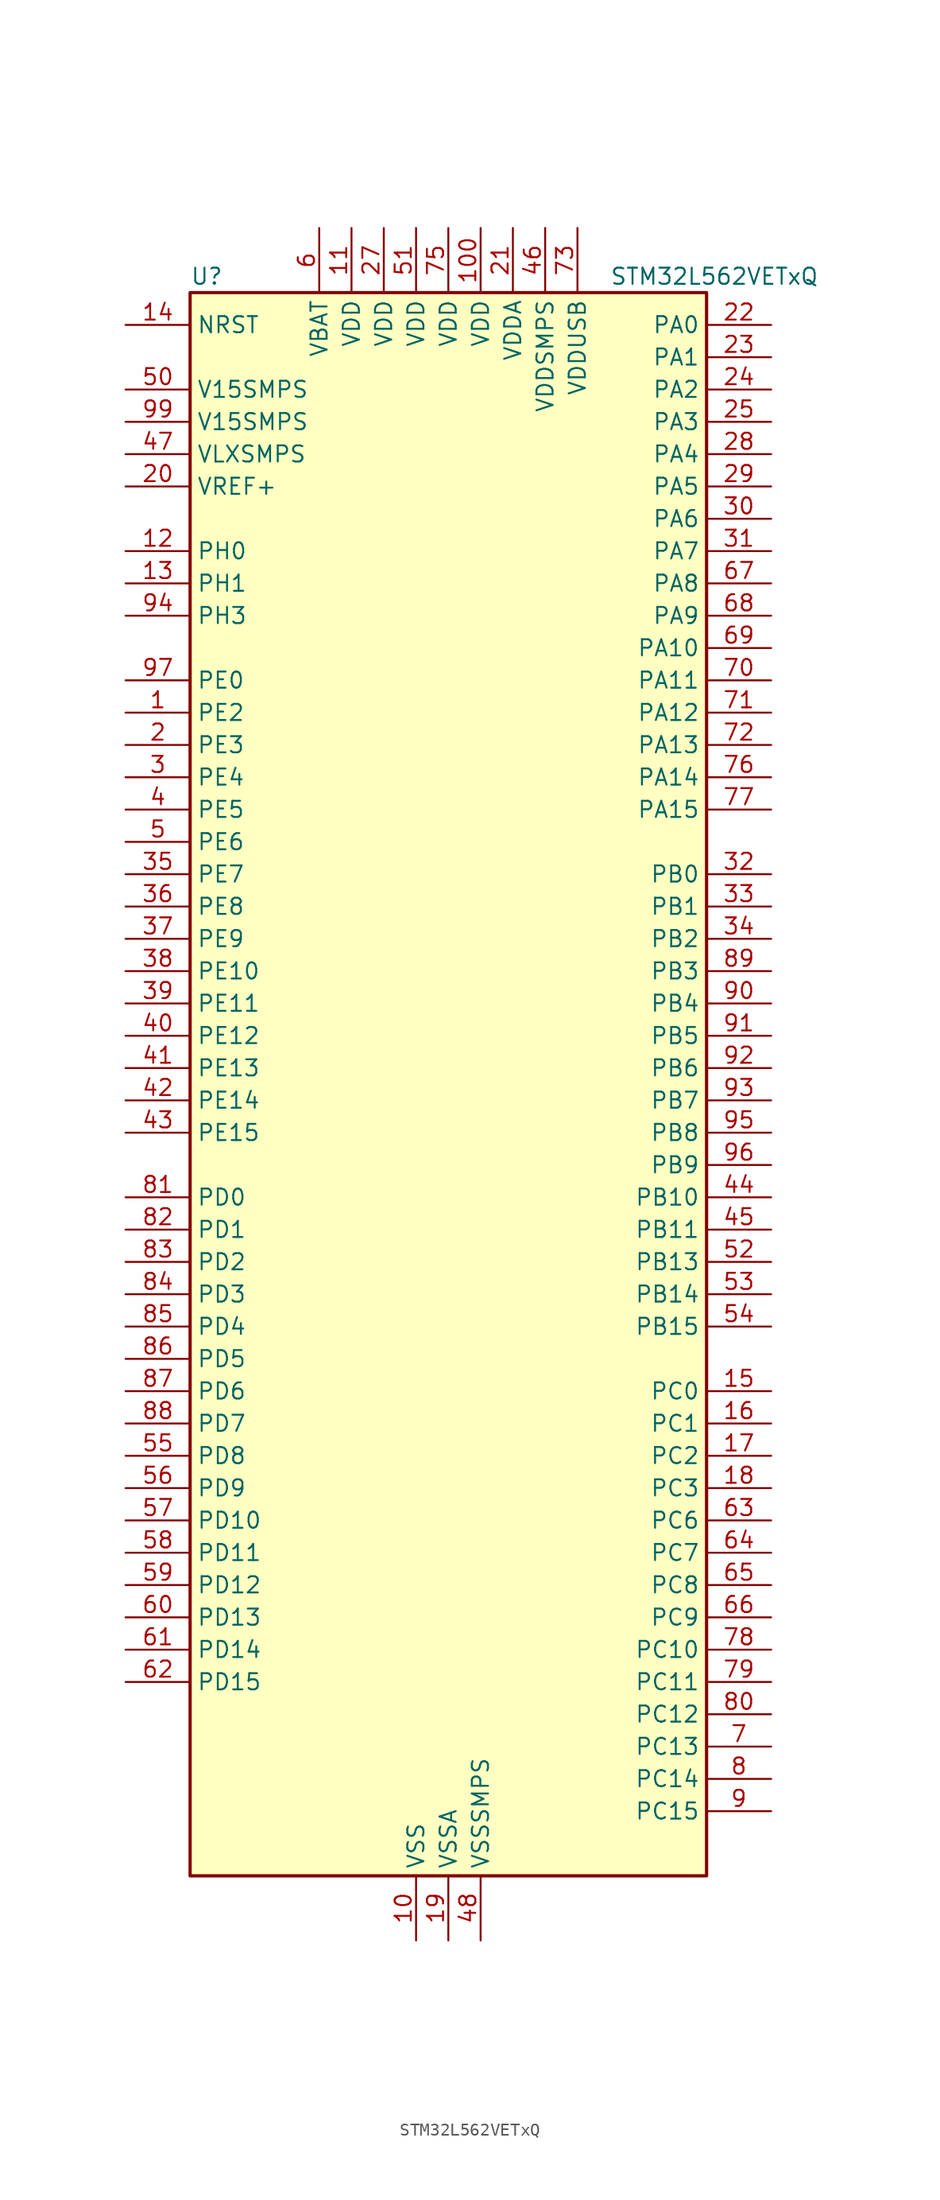
<source format=kicad_sym>
(kicad_symbol_lib
  (version 20220914)
  (generator kicad_symbol_editor)
  (symbol "STM32L562VETxQ"
    (property "Reference" "U"
      (at -20.32 64.77 0)
      (effects (font (size 1.27 1.27)) (justify left)))
    (property "Value" "STM32L562VETxQ"
      (at 12.7 64.77 0)
      (effects (font (size 1.27 1.27)) (justify left)))
    (property "ki_locked" ""
      (at 0 0 0)
      (effects (font (size 1.27 1.27))))
    (symbol "STM32L562VETxQ_0_1"
      (rectangle (start -20.32 -60.96) (end 20.32 63.5) (stroke (width 0.254) (type default)) (fill (type background))))
    (symbol "STM32L562VETxQ_1_1"
      (pin bidirectional line (at -25.4 30.48 0) (length 5.08) (name "PE2" (effects (font (size 1.27 1.27)))) (number "1" (effects (font (size 1.27 1.27)))) (alternate "DEBUG_TRACECLK" bidirectional line) (alternate "FMC_A23" bidirectional line) (alternate "SAI1_CK1" bidirectional line) (alternate "SAI1_MCLK_A" bidirectional line) (alternate "TIM3_ETR" bidirectional line) (alternate "TSC_G7_IO1" bidirectional line))
      (pin power_in line (at -2.54 -66.04 90) (length 5.08) (name "VSS" (effects (font (size 1.27 1.27)))) (number "10" (effects (font (size 1.27 1.27)))))
      (pin power_in line (at 2.54 68.58 270) (length 5.08) (name "VDD" (effects (font (size 1.27 1.27)))) (number "100" (effects (font (size 1.27 1.27)))))
      (pin power_in line (at -7.62 68.58 270) (length 5.08) (name "VDD" (effects (font (size 1.27 1.27)))) (number "11" (effects (font (size 1.27 1.27)))))
      (pin bidirectional line (at -25.4 43.18 0) (length 5.08) (name "PH0" (effects (font (size 1.27 1.27)))) (number "12" (effects (font (size 1.27 1.27)))) (alternate "RCC_OSC_IN" bidirectional line))
      (pin bidirectional line (at -25.4 40.64 0) (length 5.08) (name "PH1" (effects (font (size 1.27 1.27)))) (number "13" (effects (font (size 1.27 1.27)))) (alternate "RCC_OSC_OUT" bidirectional line))
      (pin input line (at -25.4 60.96 0) (length 5.08) (name "NRST" (effects (font (size 1.27 1.27)))) (number "14" (effects (font (size 1.27 1.27)))))
      (pin bidirectional line (at 25.4 -22.86 180) (length 5.08) (name "PC0" (effects (font (size 1.27 1.27)))) (number "15" (effects (font (size 1.27 1.27)))) (alternate "ADC1_IN1" bidirectional line) (alternate "ADC2_IN1" bidirectional line) (alternate "I2C3_SCL" bidirectional line) (alternate "LPTIM1_IN1" bidirectional line) (alternate "LPTIM2_IN1" bidirectional line) (alternate "LPUART1_RX" bidirectional line) (alternate "OCTOSPI1_IO7" bidirectional line) (alternate "SAI2_FS_A" bidirectional line) (alternate "SDMMC1_D5" bidirectional line))
      (pin bidirectional line (at 25.4 -25.4 180) (length 5.08) (name "PC1" (effects (font (size 1.27 1.27)))) (number "16" (effects (font (size 1.27 1.27)))) (alternate "ADC1_IN2" bidirectional line) (alternate "ADC2_IN2" bidirectional line) (alternate "DEBUG_TRACED0" bidirectional line) (alternate "I2C3_SDA" bidirectional line) (alternate "LPTIM1_OUT" bidirectional line) (alternate "LPUART1_TX" bidirectional line) (alternate "OCTOSPI1_IO4" bidirectional line) (alternate "SAI1_SD_A" bidirectional line) (alternate "SPI2_MOSI" bidirectional line))
      (pin bidirectional line (at 25.4 -27.94 180) (length 5.08) (name "PC2" (effects (font (size 1.27 1.27)))) (number "17" (effects (font (size 1.27 1.27)))) (alternate "ADC1_IN3" bidirectional line) (alternate "ADC2_IN3" bidirectional line) (alternate "DFSDM1_CKOUT" bidirectional line) (alternate "LPTIM1_IN2" bidirectional line) (alternate "OCTOSPI1_IO5" bidirectional line) (alternate "SPI2_MISO" bidirectional line))
      (pin bidirectional line (at 25.4 -30.48 180) (length 5.08) (name "PC3" (effects (font (size 1.27 1.27)))) (number "18" (effects (font (size 1.27 1.27)))) (alternate "ADC1_IN4" bidirectional line) (alternate "ADC2_IN4" bidirectional line) (alternate "LPTIM1_ETR" bidirectional line) (alternate "LPTIM2_ETR" bidirectional line) (alternate "LPTIM3_OUT" bidirectional line) (alternate "OCTOSPI1_IO6" bidirectional line) (alternate "SAI1_D1" bidirectional line) (alternate "SAI1_SD_A" bidirectional line) (alternate "SPI2_MOSI" bidirectional line))
      (pin power_in line (at 0 -66.04 90) (length 5.08) (name "VSSA" (effects (font (size 1.27 1.27)))) (number "19" (effects (font (size 1.27 1.27)))))
      (pin bidirectional line (at -25.4 27.94 0) (length 5.08) (name "PE3" (effects (font (size 1.27 1.27)))) (number "2" (effects (font (size 1.27 1.27)))) (alternate "DEBUG_TRACED0" bidirectional line) (alternate "FMC_A19" bidirectional line) (alternate "OCTOSPI1_DQS" bidirectional line) (alternate "SAI1_SD_B" bidirectional line) (alternate "TIM3_CH1" bidirectional line) (alternate "TSC_G7_IO2" bidirectional line))
      (pin input line (at -25.4 48.26 0) (length 5.08) (name "VREF+" (effects (font (size 1.27 1.27)))) (number "20" (effects (font (size 1.27 1.27)))))
      (pin power_in line (at 5.08 68.58 270) (length 5.08) (name "VDDA" (effects (font (size 1.27 1.27)))) (number "21" (effects (font (size 1.27 1.27)))))
      (pin bidirectional line (at 25.4 60.96 180) (length 5.08) (name "PA0" (effects (font (size 1.27 1.27)))) (number "22" (effects (font (size 1.27 1.27)))) (alternate "ADC1_IN5" bidirectional line) (alternate "ADC2_IN5" bidirectional line) (alternate "OPAMP1_VINP" bidirectional line) (alternate "PWR_WKUP1" bidirectional line) (alternate "SAI1_EXTCLK" bidirectional line) (alternate "TAMP_IN2" bidirectional line) (alternate "TAMP_OUT1" bidirectional line) (alternate "TIM2_CH1" bidirectional line) (alternate "TIM2_ETR" bidirectional line) (alternate "TIM5_CH1" bidirectional line) (alternate "TIM8_ETR" bidirectional line) (alternate "UART4_TX" bidirectional line) (alternate "USART2_CTS" bidirectional line) (alternate "USART2_NSS" bidirectional line))
      (pin bidirectional line (at 25.4 58.42 180) (length 5.08) (name "PA1" (effects (font (size 1.27 1.27)))) (number "23" (effects (font (size 1.27 1.27)))) (alternate "ADC1_IN6" bidirectional line) (alternate "ADC2_IN6" bidirectional line) (alternate "I2C1_SMBA" bidirectional line) (alternate "OCTOSPI1_DQS" bidirectional line) (alternate "OPAMP1_VINM" bidirectional line) (alternate "SPI1_SCK" bidirectional line) (alternate "TAMP_IN5" bidirectional line) (alternate "TAMP_OUT4" bidirectional line) (alternate "TIM15_CH1N" bidirectional line) (alternate "TIM2_CH2" bidirectional line) (alternate "TIM5_CH2" bidirectional line) (alternate "UART4_RX" bidirectional line) (alternate "USART2_DE" bidirectional line) (alternate "USART2_RTS" bidirectional line))
      (pin bidirectional line (at 25.4 55.88 180) (length 5.08) (name "PA2" (effects (font (size 1.27 1.27)))) (number "24" (effects (font (size 1.27 1.27)))) (alternate "ADC1_IN7" bidirectional line) (alternate "ADC2_IN7" bidirectional line) (alternate "COMP1_INP" bidirectional line) (alternate "LPUART1_TX" bidirectional line) (alternate "OCTOSPI1_NCS" bidirectional line) (alternate "PWR_WKUP4" bidirectional line) (alternate "RCC_LSCO" bidirectional line) (alternate "SAI2_EXTCLK" bidirectional line) (alternate "TIM15_CH1" bidirectional line) (alternate "TIM2_CH3" bidirectional line) (alternate "TIM5_CH3" bidirectional line) (alternate "UCPD1_FRSTX1" bidirectional line) (alternate "USART2_TX" bidirectional line))
      (pin bidirectional line (at 25.4 53.34 180) (length 5.08) (name "PA3" (effects (font (size 1.27 1.27)))) (number "25" (effects (font (size 1.27 1.27)))) (alternate "ADC1_IN8" bidirectional line) (alternate "ADC2_IN8" bidirectional line) (alternate "LPUART1_RX" bidirectional line) (alternate "OCTOSPI1_CLK" bidirectional line) (alternate "OPAMP1_VOUT" bidirectional line) (alternate "SAI1_CK1" bidirectional line) (alternate "SAI1_MCLK_A" bidirectional line) (alternate "TIM15_CH2" bidirectional line) (alternate "TIM2_CH4" bidirectional line) (alternate "TIM5_CH4" bidirectional line) (alternate "USART2_RX" bidirectional line))
      (pin passive line (at -2.54 -66.04 90) (length 5.08) hide (name "VSS" (effects (font (size 1.27 1.27)))) (number "26" (effects (font (size 1.27 1.27)))))
      (pin power_in line (at -5.08 68.58 270) (length 5.08) (name "VDD" (effects (font (size 1.27 1.27)))) (number "27" (effects (font (size 1.27 1.27)))))
      (pin bidirectional line (at 25.4 50.8 180) (length 5.08) (name "PA4" (effects (font (size 1.27 1.27)))) (number "28" (effects (font (size 1.27 1.27)))) (alternate "ADC1_IN9" bidirectional line) (alternate "ADC2_IN9" bidirectional line) (alternate "DAC1_OUT1" bidirectional line) (alternate "LPTIM2_OUT" bidirectional line) (alternate "OCTOSPI1_NCS" bidirectional line) (alternate "SAI1_FS_B" bidirectional line) (alternate "SPI1_NSS" bidirectional line) (alternate "SPI3_NSS" bidirectional line) (alternate "USART2_CK" bidirectional line))
      (pin bidirectional line (at 25.4 48.26 180) (length 5.08) (name "PA5" (effects (font (size 1.27 1.27)))) (number "29" (effects (font (size 1.27 1.27)))) (alternate "ADC1_IN10" bidirectional line) (alternate "ADC2_IN10" bidirectional line) (alternate "DAC1_OUT2" bidirectional line) (alternate "LPTIM2_ETR" bidirectional line) (alternate "SPI1_SCK" bidirectional line) (alternate "TIM2_CH1" bidirectional line) (alternate "TIM2_ETR" bidirectional line) (alternate "TIM8_CH1N" bidirectional line))
      (pin bidirectional line (at -25.4 25.4 0) (length 5.08) (name "PE4" (effects (font (size 1.27 1.27)))) (number "3" (effects (font (size 1.27 1.27)))) (alternate "DEBUG_TRACED1" bidirectional line) (alternate "DFSDM1_DATIN3" bidirectional line) (alternate "FMC_A20" bidirectional line) (alternate "SAI1_D2" bidirectional line) (alternate "SAI1_FS_A" bidirectional line) (alternate "TIM3_CH2" bidirectional line) (alternate "TSC_G7_IO3" bidirectional line))
      (pin bidirectional line (at 25.4 45.72 180) (length 5.08) (name "PA6" (effects (font (size 1.27 1.27)))) (number "30" (effects (font (size 1.27 1.27)))) (alternate "ADC1_IN11" bidirectional line) (alternate "ADC2_IN11" bidirectional line) (alternate "LPUART1_CTS" bidirectional line) (alternate "OCTOSPI1_IO3" bidirectional line) (alternate "OPAMP2_VINP" bidirectional line) (alternate "SPI1_MISO" bidirectional line) (alternate "TIM16_CH1" bidirectional line) (alternate "TIM1_BKIN" bidirectional line) (alternate "TIM3_CH1" bidirectional line) (alternate "TIM8_BKIN" bidirectional line) (alternate "USART3_CTS" bidirectional line) (alternate "USART3_NSS" bidirectional line))
      (pin bidirectional line (at 25.4 43.18 180) (length 5.08) (name "PA7" (effects (font (size 1.27 1.27)))) (number "31" (effects (font (size 1.27 1.27)))) (alternate "ADC1_IN12" bidirectional line) (alternate "ADC2_IN12" bidirectional line) (alternate "I2C3_SCL" bidirectional line) (alternate "OCTOSPI1_IO2" bidirectional line) (alternate "OPAMP2_VINM" bidirectional line) (alternate "SPI1_MOSI" bidirectional line) (alternate "TIM17_CH1" bidirectional line) (alternate "TIM1_CH1N" bidirectional line) (alternate "TIM3_CH2" bidirectional line) (alternate "TIM8_CH1N" bidirectional line))
      (pin bidirectional line (at 25.4 17.78 180) (length 5.08) (name "PB0" (effects (font (size 1.27 1.27)))) (number "32" (effects (font (size 1.27 1.27)))) (alternate "ADC1_IN15" bidirectional line) (alternate "ADC2_IN15" bidirectional line) (alternate "COMP1_OUT" bidirectional line) (alternate "OCTOSPI1_IO1" bidirectional line) (alternate "OPAMP2_VOUT" bidirectional line) (alternate "SAI1_EXTCLK" bidirectional line) (alternate "SPI1_NSS" bidirectional line) (alternate "TIM1_CH2N" bidirectional line) (alternate "TIM3_CH3" bidirectional line) (alternate "TIM8_CH2N" bidirectional line) (alternate "USART3_CK" bidirectional line))
      (pin bidirectional line (at 25.4 15.24 180) (length 5.08) (name "PB1" (effects (font (size 1.27 1.27)))) (number "33" (effects (font (size 1.27 1.27)))) (alternate "ADC1_IN16" bidirectional line) (alternate "ADC2_IN16" bidirectional line) (alternate "COMP1_INM" bidirectional line) (alternate "DFSDM1_DATIN0" bidirectional line) (alternate "LPTIM2_IN1" bidirectional line) (alternate "LPUART1_DE" bidirectional line) (alternate "LPUART1_RTS" bidirectional line) (alternate "OCTOSPI1_IO0" bidirectional line) (alternate "TIM1_CH3N" bidirectional line) (alternate "TIM3_CH4" bidirectional line) (alternate "TIM8_CH3N" bidirectional line) (alternate "USART3_DE" bidirectional line) (alternate "USART3_RTS" bidirectional line))
      (pin bidirectional line (at 25.4 12.7 180) (length 5.08) (name "PB2" (effects (font (size 1.27 1.27)))) (number "34" (effects (font (size 1.27 1.27)))) (alternate "COMP1_INP" bidirectional line) (alternate "DFSDM1_CKIN0" bidirectional line) (alternate "I2C3_SMBA" bidirectional line) (alternate "LPTIM1_OUT" bidirectional line) (alternate "OCTOSPI1_DQS" bidirectional line) (alternate "RTC_OUT2" bidirectional line) (alternate "UCPD1_FRSTX1" bidirectional line))
      (pin bidirectional line (at -25.4 17.78 0) (length 5.08) (name "PE7" (effects (font (size 1.27 1.27)))) (number "35" (effects (font (size 1.27 1.27)))) (alternate "DFSDM1_DATIN2" bidirectional line) (alternate "FMC_D4" bidirectional line) (alternate "FMC_DA4" bidirectional line) (alternate "SAI1_SD_B" bidirectional line) (alternate "TIM1_ETR" bidirectional line))
      (pin bidirectional line (at -25.4 15.24 0) (length 5.08) (name "PE8" (effects (font (size 1.27 1.27)))) (number "36" (effects (font (size 1.27 1.27)))) (alternate "DFSDM1_CKIN2" bidirectional line) (alternate "FMC_D5" bidirectional line) (alternate "FMC_DA5" bidirectional line) (alternate "SAI1_SCK_B" bidirectional line) (alternate "TIM1_CH1N" bidirectional line))
      (pin bidirectional line (at -25.4 12.7 0) (length 5.08) (name "PE9" (effects (font (size 1.27 1.27)))) (number "37" (effects (font (size 1.27 1.27)))) (alternate "DAC1_EXTI9" bidirectional line) (alternate "DFSDM1_CKOUT" bidirectional line) (alternate "FMC_D6" bidirectional line) (alternate "FMC_DA6" bidirectional line) (alternate "OCTOSPI1_NCLK" bidirectional line) (alternate "SAI1_FS_B" bidirectional line) (alternate "TIM1_CH1" bidirectional line))
      (pin bidirectional line (at -25.4 10.16 0) (length 5.08) (name "PE10" (effects (font (size 1.27 1.27)))) (number "38" (effects (font (size 1.27 1.27)))) (alternate "FMC_D7" bidirectional line) (alternate "FMC_DA7" bidirectional line) (alternate "OCTOSPI1_CLK" bidirectional line) (alternate "SAI1_MCLK_B" bidirectional line) (alternate "TIM1_CH2N" bidirectional line) (alternate "TSC_G5_IO1" bidirectional line))
      (pin bidirectional line (at -25.4 7.62 0) (length 5.08) (name "PE11" (effects (font (size 1.27 1.27)))) (number "39" (effects (font (size 1.27 1.27)))) (alternate "ADC1_EXTI11" bidirectional line) (alternate "ADC2_EXTI11" bidirectional line) (alternate "FMC_D8" bidirectional line) (alternate "FMC_DA8" bidirectional line) (alternate "OCTOSPI1_NCS" bidirectional line) (alternate "TIM1_CH2" bidirectional line) (alternate "TSC_G5_IO2" bidirectional line))
      (pin bidirectional line (at -25.4 22.86 0) (length 5.08) (name "PE5" (effects (font (size 1.27 1.27)))) (number "4" (effects (font (size 1.27 1.27)))) (alternate "DEBUG_TRACED2" bidirectional line) (alternate "DFSDM1_CKIN3" bidirectional line) (alternate "FMC_A21" bidirectional line) (alternate "SAI1_CK2" bidirectional line) (alternate "SAI1_SCK_A" bidirectional line) (alternate "TIM3_CH3" bidirectional line) (alternate "TSC_G7_IO4" bidirectional line))
      (pin bidirectional line (at -25.4 5.08 0) (length 5.08) (name "PE12" (effects (font (size 1.27 1.27)))) (number "40" (effects (font (size 1.27 1.27)))) (alternate "FMC_D9" bidirectional line) (alternate "FMC_DA9" bidirectional line) (alternate "OCTOSPI1_IO0" bidirectional line) (alternate "SPI1_NSS" bidirectional line) (alternate "TIM1_CH3N" bidirectional line) (alternate "TSC_G5_IO3" bidirectional line))
      (pin bidirectional line (at -25.4 2.54 0) (length 5.08) (name "PE13" (effects (font (size 1.27 1.27)))) (number "41" (effects (font (size 1.27 1.27)))) (alternate "FMC_D10" bidirectional line) (alternate "FMC_DA10" bidirectional line) (alternate "OCTOSPI1_IO1" bidirectional line) (alternate "SPI1_SCK" bidirectional line) (alternate "TIM1_CH3" bidirectional line) (alternate "TSC_G5_IO4" bidirectional line))
      (pin bidirectional line (at -25.4 0 0) (length 5.08) (name "PE14" (effects (font (size 1.27 1.27)))) (number "42" (effects (font (size 1.27 1.27)))) (alternate "FMC_D11" bidirectional line) (alternate "FMC_DA11" bidirectional line) (alternate "OCTOSPI1_IO2" bidirectional line) (alternate "SPI1_MISO" bidirectional line) (alternate "TIM1_BKIN2" bidirectional line) (alternate "TIM1_CH4" bidirectional line))
      (pin bidirectional line (at -25.4 -2.54 0) (length 5.08) (name "PE15" (effects (font (size 1.27 1.27)))) (number "43" (effects (font (size 1.27 1.27)))) (alternate "ADC1_EXTI15" bidirectional line) (alternate "ADC2_EXTI15" bidirectional line) (alternate "FMC_D12" bidirectional line) (alternate "FMC_DA12" bidirectional line) (alternate "OCTOSPI1_IO3" bidirectional line) (alternate "SPI1_MOSI" bidirectional line) (alternate "TIM1_BKIN" bidirectional line))
      (pin bidirectional line (at 25.4 -7.62 180) (length 5.08) (name "PB10" (effects (font (size 1.27 1.27)))) (number "44" (effects (font (size 1.27 1.27)))) (alternate "COMP1_OUT" bidirectional line) (alternate "I2C2_SCL" bidirectional line) (alternate "I2C4_SCL" bidirectional line) (alternate "LPTIM3_OUT" bidirectional line) (alternate "LPUART1_RX" bidirectional line) (alternate "OCTOSPI1_CLK" bidirectional line) (alternate "SAI1_SCK_A" bidirectional line) (alternate "SPI2_SCK" bidirectional line) (alternate "TIM2_CH3" bidirectional line) (alternate "TSC_SYNC" bidirectional line) (alternate "USART3_TX" bidirectional line))
      (pin bidirectional line (at 25.4 -10.16 180) (length 5.08) (name "PB11" (effects (font (size 1.27 1.27)))) (number "45" (effects (font (size 1.27 1.27)))) (alternate "ADC1_EXTI11" bidirectional line) (alternate "ADC2_EXTI11" bidirectional line) (alternate "COMP2_OUT" bidirectional line) (alternate "I2C2_SDA" bidirectional line) (alternate "I2C4_SDA" bidirectional line) (alternate "LPUART1_TX" bidirectional line) (alternate "OCTOSPI1_NCS" bidirectional line) (alternate "TIM2_CH4" bidirectional line) (alternate "USART3_RX" bidirectional line))
      (pin power_in line (at 7.62 68.58 270) (length 5.08) (name "VDDSMPS" (effects (font (size 1.27 1.27)))) (number "46" (effects (font (size 1.27 1.27)))))
      (pin power_in line (at -25.4 50.8 0) (length 5.08) (name "VLXSMPS" (effects (font (size 1.27 1.27)))) (number "47" (effects (font (size 1.27 1.27)))))
      (pin power_in line (at 2.54 -66.04 90) (length 5.08) (name "VSSSMPS" (effects (font (size 1.27 1.27)))) (number "48" (effects (font (size 1.27 1.27)))))
      (pin passive line (at -2.54 -66.04 90) (length 5.08) hide (name "VSS" (effects (font (size 1.27 1.27)))) (number "49" (effects (font (size 1.27 1.27)))))
      (pin bidirectional line (at -25.4 20.32 0) (length 5.08) (name "PE6" (effects (font (size 1.27 1.27)))) (number "5" (effects (font (size 1.27 1.27)))) (alternate "DEBUG_TRACED3" bidirectional line) (alternate "FMC_A22" bidirectional line) (alternate "PWR_WKUP3" bidirectional line) (alternate "SAI1_D1" bidirectional line) (alternate "SAI1_SD_A" bidirectional line) (alternate "TAMP_IN3" bidirectional line) (alternate "TAMP_OUT6" bidirectional line) (alternate "TIM3_CH4" bidirectional line))
      (pin power_in line (at -25.4 55.88 0) (length 5.08) (name "V15SMPS" (effects (font (size 1.27 1.27)))) (number "50" (effects (font (size 1.27 1.27)))))
      (pin power_in line (at -2.54 68.58 270) (length 5.08) (name "VDD" (effects (font (size 1.27 1.27)))) (number "51" (effects (font (size 1.27 1.27)))))
      (pin bidirectional line (at 25.4 -12.7 180) (length 5.08) (name "PB13" (effects (font (size 1.27 1.27)))) (number "52" (effects (font (size 1.27 1.27)))) (alternate "DFSDM1_CKIN1" bidirectional line) (alternate "I2C2_SCL" bidirectional line) (alternate "LPTIM3_IN1" bidirectional line) (alternate "LPUART1_CTS" bidirectional line) (alternate "SAI2_SCK_A" bidirectional line) (alternate "SPI2_SCK" bidirectional line) (alternate "TIM15_CH1N" bidirectional line) (alternate "TIM1_CH1N" bidirectional line) (alternate "TSC_G1_IO2" bidirectional line) (alternate "UCPD1_FRSTX2" bidirectional line) (alternate "USART3_CTS" bidirectional line) (alternate "USART3_NSS" bidirectional line))
      (pin bidirectional line (at 25.4 -15.24 180) (length 5.08) (name "PB14" (effects (font (size 1.27 1.27)))) (number "53" (effects (font (size 1.27 1.27)))) (alternate "DFSDM1_DATIN2" bidirectional line) (alternate "I2C2_SDA" bidirectional line) (alternate "LPTIM3_ETR" bidirectional line) (alternate "SAI2_MCLK_A" bidirectional line) (alternate "SPI2_MISO" bidirectional line) (alternate "TIM15_CH1" bidirectional line) (alternate "TIM1_CH2N" bidirectional line) (alternate "TIM8_CH2N" bidirectional line) (alternate "TSC_G1_IO3" bidirectional line) (alternate "UCPD1_DBCC2" bidirectional line) (alternate "USART3_DE" bidirectional line) (alternate "USART3_RTS" bidirectional line))
      (pin bidirectional line (at 25.4 -17.78 180) (length 5.08) (name "PB15" (effects (font (size 1.27 1.27)))) (number "54" (effects (font (size 1.27 1.27)))) (alternate "ADC1_EXTI15" bidirectional line) (alternate "ADC2_EXTI15" bidirectional line) (alternate "DFSDM1_CKIN2" bidirectional line) (alternate "RTC_REFIN" bidirectional line) (alternate "SAI2_SD_A" bidirectional line) (alternate "SPI2_MOSI" bidirectional line) (alternate "TIM15_CH2" bidirectional line) (alternate "TIM1_CH3N" bidirectional line) (alternate "TIM8_CH3N" bidirectional line) (alternate "UCPD1_CC2" bidirectional line))
      (pin bidirectional line (at -25.4 -27.94 0) (length 5.08) (name "PD8" (effects (font (size 1.27 1.27)))) (number "55" (effects (font (size 1.27 1.27)))) (alternate "FMC_D13" bidirectional line) (alternate "FMC_DA13" bidirectional line) (alternate "USART3_TX" bidirectional line))
      (pin bidirectional line (at -25.4 -30.48 0) (length 5.08) (name "PD9" (effects (font (size 1.27 1.27)))) (number "56" (effects (font (size 1.27 1.27)))) (alternate "DAC1_EXTI9" bidirectional line) (alternate "FMC_D14" bidirectional line) (alternate "FMC_DA14" bidirectional line) (alternate "SAI2_MCLK_A" bidirectional line) (alternate "USART3_RX" bidirectional line))
      (pin bidirectional line (at -25.4 -33.02 0) (length 5.08) (name "PD10" (effects (font (size 1.27 1.27)))) (number "57" (effects (font (size 1.27 1.27)))) (alternate "FMC_D15" bidirectional line) (alternate "FMC_DA15" bidirectional line) (alternate "SAI2_SCK_A" bidirectional line) (alternate "TSC_G6_IO1" bidirectional line) (alternate "USART3_CK" bidirectional line))
      (pin bidirectional line (at -25.4 -35.56 0) (length 5.08) (name "PD11" (effects (font (size 1.27 1.27)))) (number "58" (effects (font (size 1.27 1.27)))) (alternate "ADC1_EXTI11" bidirectional line) (alternate "ADC2_EXTI11" bidirectional line) (alternate "FMC_A16" bidirectional line) (alternate "FMC_CLE" bidirectional line) (alternate "I2C4_SMBA" bidirectional line) (alternate "LPTIM2_ETR" bidirectional line) (alternate "SAI2_SD_A" bidirectional line) (alternate "TSC_G6_IO2" bidirectional line) (alternate "USART3_CTS" bidirectional line) (alternate "USART3_NSS" bidirectional line))
      (pin bidirectional line (at -25.4 -38.1 0) (length 5.08) (name "PD12" (effects (font (size 1.27 1.27)))) (number "59" (effects (font (size 1.27 1.27)))) (alternate "FMC_A17" bidirectional line) (alternate "FMC_ALE" bidirectional line) (alternate "I2C4_SCL" bidirectional line) (alternate "LPTIM2_IN1" bidirectional line) (alternate "SAI2_FS_A" bidirectional line) (alternate "TIM4_CH1" bidirectional line) (alternate "TSC_G6_IO3" bidirectional line) (alternate "USART3_DE" bidirectional line) (alternate "USART3_RTS" bidirectional line))
      (pin power_in line (at -10.16 68.58 270) (length 5.08) (name "VBAT" (effects (font (size 1.27 1.27)))) (number "6" (effects (font (size 1.27 1.27)))))
      (pin bidirectional line (at -25.4 -40.64 0) (length 5.08) (name "PD13" (effects (font (size 1.27 1.27)))) (number "60" (effects (font (size 1.27 1.27)))) (alternate "FMC_A18" bidirectional line) (alternate "I2C4_SDA" bidirectional line) (alternate "LPTIM2_OUT" bidirectional line) (alternate "TIM4_CH2" bidirectional line) (alternate "TSC_G6_IO4" bidirectional line))
      (pin bidirectional line (at -25.4 -43.18 0) (length 5.08) (name "PD14" (effects (font (size 1.27 1.27)))) (number "61" (effects (font (size 1.27 1.27)))) (alternate "FMC_D0" bidirectional line) (alternate "FMC_DA0" bidirectional line) (alternate "TIM4_CH3" bidirectional line))
      (pin bidirectional line (at -25.4 -45.72 0) (length 5.08) (name "PD15" (effects (font (size 1.27 1.27)))) (number "62" (effects (font (size 1.27 1.27)))) (alternate "ADC1_EXTI15" bidirectional line) (alternate "ADC2_EXTI15" bidirectional line) (alternate "FMC_D1" bidirectional line) (alternate "FMC_DA1" bidirectional line) (alternate "TIM4_CH4" bidirectional line))
      (pin bidirectional line (at 25.4 -33.02 180) (length 5.08) (name "PC6" (effects (font (size 1.27 1.27)))) (number "63" (effects (font (size 1.27 1.27)))) (alternate "DFSDM1_CKIN3" bidirectional line) (alternate "SAI2_MCLK_A" bidirectional line) (alternate "SDMMC1_D0DIR" bidirectional line) (alternate "SDMMC1_D6" bidirectional line) (alternate "TIM3_CH1" bidirectional line) (alternate "TIM8_CH1" bidirectional line) (alternate "TSC_G4_IO1" bidirectional line))
      (pin bidirectional line (at 25.4 -35.56 180) (length 5.08) (name "PC7" (effects (font (size 1.27 1.27)))) (number "64" (effects (font (size 1.27 1.27)))) (alternate "DFSDM1_DATIN3" bidirectional line) (alternate "SAI2_MCLK_B" bidirectional line) (alternate "SDMMC1_D123DIR" bidirectional line) (alternate "SDMMC1_D7" bidirectional line) (alternate "TIM3_CH2" bidirectional line) (alternate "TIM8_CH2" bidirectional line) (alternate "TSC_G4_IO2" bidirectional line))
      (pin bidirectional line (at 25.4 -38.1 180) (length 5.08) (name "PC8" (effects (font (size 1.27 1.27)))) (number "65" (effects (font (size 1.27 1.27)))) (alternate "SDMMC1_D0" bidirectional line) (alternate "TIM3_CH3" bidirectional line) (alternate "TIM8_CH3" bidirectional line) (alternate "TSC_G4_IO3" bidirectional line))
      (pin bidirectional line (at 25.4 -40.64 180) (length 5.08) (name "PC9" (effects (font (size 1.27 1.27)))) (number "66" (effects (font (size 1.27 1.27)))) (alternate "DAC1_EXTI9" bidirectional line) (alternate "DEBUG_TRACED0" bidirectional line) (alternate "SAI2_EXTCLK" bidirectional line) (alternate "SDMMC1_D1" bidirectional line) (alternate "TIM3_CH4" bidirectional line) (alternate "TIM8_BKIN2" bidirectional line) (alternate "TIM8_CH4" bidirectional line) (alternate "TSC_G4_IO4" bidirectional line) (alternate "USB_NOE" bidirectional line))
      (pin bidirectional line (at 25.4 40.64 180) (length 5.08) (name "PA8" (effects (font (size 1.27 1.27)))) (number "67" (effects (font (size 1.27 1.27)))) (alternate "LPTIM2_OUT" bidirectional line) (alternate "RCC_MCO" bidirectional line) (alternate "SAI1_CK2" bidirectional line) (alternate "SAI1_SCK_A" bidirectional line) (alternate "TIM1_CH1" bidirectional line) (alternate "USART1_CK" bidirectional line))
      (pin bidirectional line (at 25.4 38.1 180) (length 5.08) (name "PA9" (effects (font (size 1.27 1.27)))) (number "68" (effects (font (size 1.27 1.27)))) (alternate "DAC1_EXTI9" bidirectional line) (alternate "SAI1_FS_A" bidirectional line) (alternate "SPI2_SCK" bidirectional line) (alternate "TIM15_BKIN" bidirectional line) (alternate "TIM1_CH2" bidirectional line) (alternate "USART1_TX" bidirectional line))
      (pin bidirectional line (at 25.4 35.56 180) (length 5.08) (name "PA10" (effects (font (size 1.27 1.27)))) (number "69" (effects (font (size 1.27 1.27)))) (alternate "CRS_SYNC" bidirectional line) (alternate "SAI1_D1" bidirectional line) (alternate "SAI1_SD_A" bidirectional line) (alternate "TIM17_BKIN" bidirectional line) (alternate "TIM1_CH3" bidirectional line) (alternate "USART1_RX" bidirectional line))
      (pin bidirectional line (at 25.4 -50.8 180) (length 5.08) (name "PC13" (effects (font (size 1.27 1.27)))) (number "7" (effects (font (size 1.27 1.27)))) (alternate "PWR_WKUP2" bidirectional line) (alternate "RTC_OUT1" bidirectional line) (alternate "RTC_TS" bidirectional line) (alternate "TAMP_IN1" bidirectional line) (alternate "TAMP_OUT2" bidirectional line))
      (pin bidirectional line (at 25.4 33.02 180) (length 5.08) (name "PA11" (effects (font (size 1.27 1.27)))) (number "70" (effects (font (size 1.27 1.27)))) (alternate "ADC1_EXTI11" bidirectional line) (alternate "ADC2_EXTI11" bidirectional line) (alternate "FDCAN1_RX" bidirectional line) (alternate "SPI1_MISO" bidirectional line) (alternate "TIM1_BKIN2" bidirectional line) (alternate "TIM1_CH4" bidirectional line) (alternate "USART1_CTS" bidirectional line) (alternate "USART1_NSS" bidirectional line) (alternate "USB_DM" bidirectional line))
      (pin bidirectional line (at 25.4 30.48 180) (length 5.08) (name "PA12" (effects (font (size 1.27 1.27)))) (number "71" (effects (font (size 1.27 1.27)))) (alternate "FDCAN1_TX" bidirectional line) (alternate "SPI1_MOSI" bidirectional line) (alternate "TIM1_ETR" bidirectional line) (alternate "USART1_DE" bidirectional line) (alternate "USART1_RTS" bidirectional line) (alternate "USB_DP" bidirectional line))
      (pin bidirectional line (at 25.4 27.94 180) (length 5.08) (name "PA13" (effects (font (size 1.27 1.27)))) (number "72" (effects (font (size 1.27 1.27)))) (alternate "DEBUG_JTMS-SWDIO" bidirectional line) (alternate "IR_OUT" bidirectional line) (alternate "SAI1_SD_B" bidirectional line) (alternate "USB_NOE" bidirectional line))
      (pin power_in line (at 10.16 68.58 270) (length 5.08) (name "VDDUSB" (effects (font (size 1.27 1.27)))) (number "73" (effects (font (size 1.27 1.27)))))
      (pin passive line (at -2.54 -66.04 90) (length 5.08) hide (name "VSS" (effects (font (size 1.27 1.27)))) (number "74" (effects (font (size 1.27 1.27)))))
      (pin power_in line (at 0 68.58 270) (length 5.08) (name "VDD" (effects (font (size 1.27 1.27)))) (number "75" (effects (font (size 1.27 1.27)))))
      (pin bidirectional line (at 25.4 25.4 180) (length 5.08) (name "PA14" (effects (font (size 1.27 1.27)))) (number "76" (effects (font (size 1.27 1.27)))) (alternate "DEBUG_JTCK-SWCLK" bidirectional line) (alternate "I2C1_SMBA" bidirectional line) (alternate "I2C4_SMBA" bidirectional line) (alternate "LPTIM1_OUT" bidirectional line) (alternate "SAI1_FS_B" bidirectional line))
      (pin bidirectional line (at 25.4 22.86 180) (length 5.08) (name "PA15" (effects (font (size 1.27 1.27)))) (number "77" (effects (font (size 1.27 1.27)))) (alternate "ADC1_EXTI15" bidirectional line) (alternate "ADC2_EXTI15" bidirectional line) (alternate "DEBUG_JTDI" bidirectional line) (alternate "SAI2_FS_B" bidirectional line) (alternate "SPI1_NSS" bidirectional line) (alternate "SPI3_NSS" bidirectional line) (alternate "TIM2_CH1" bidirectional line) (alternate "TIM2_ETR" bidirectional line) (alternate "UART4_DE" bidirectional line) (alternate "UART4_RTS" bidirectional line) (alternate "UCPD1_CC1" bidirectional line) (alternate "USART2_RX" bidirectional line) (alternate "USART3_DE" bidirectional line) (alternate "USART3_RTS" bidirectional line))
      (pin bidirectional line (at 25.4 -43.18 180) (length 5.08) (name "PC10" (effects (font (size 1.27 1.27)))) (number "78" (effects (font (size 1.27 1.27)))) (alternate "DEBUG_TRACED1" bidirectional line) (alternate "LPTIM3_ETR" bidirectional line) (alternate "SAI2_SCK_B" bidirectional line) (alternate "SDMMC1_D2" bidirectional line) (alternate "SPI3_SCK" bidirectional line) (alternate "TSC_G3_IO2" bidirectional line) (alternate "UART4_TX" bidirectional line) (alternate "USART3_TX" bidirectional line))
      (pin bidirectional line (at 25.4 -45.72 180) (length 5.08) (name "PC11" (effects (font (size 1.27 1.27)))) (number "79" (effects (font (size 1.27 1.27)))) (alternate "ADC1_EXTI11" bidirectional line) (alternate "ADC2_EXTI11" bidirectional line) (alternate "LPTIM3_IN1" bidirectional line) (alternate "OCTOSPI1_NCS" bidirectional line) (alternate "SAI2_MCLK_B" bidirectional line) (alternate "SDMMC1_D3" bidirectional line) (alternate "SPI3_MISO" bidirectional line) (alternate "TSC_G3_IO3" bidirectional line) (alternate "UART4_RX" bidirectional line) (alternate "UCPD1_FRSTX2" bidirectional line) (alternate "USART3_RX" bidirectional line))
      (pin bidirectional line (at 25.4 -53.34 180) (length 5.08) (name "PC14" (effects (font (size 1.27 1.27)))) (number "8" (effects (font (size 1.27 1.27)))) (alternate "RCC_OSC32_IN" bidirectional line))
      (pin bidirectional line (at 25.4 -48.26 180) (length 5.08) (name "PC12" (effects (font (size 1.27 1.27)))) (number "80" (effects (font (size 1.27 1.27)))) (alternate "DEBUG_TRACED3" bidirectional line) (alternate "SAI2_SD_B" bidirectional line) (alternate "SDMMC1_CK" bidirectional line) (alternate "SPI3_MOSI" bidirectional line) (alternate "TSC_G3_IO4" bidirectional line) (alternate "UART5_TX" bidirectional line) (alternate "USART3_CK" bidirectional line))
      (pin bidirectional line (at -25.4 -7.62 0) (length 5.08) (name "PD0" (effects (font (size 1.27 1.27)))) (number "81" (effects (font (size 1.27 1.27)))) (alternate "FDCAN1_RX" bidirectional line) (alternate "FMC_D2" bidirectional line) (alternate "FMC_DA2" bidirectional line) (alternate "SPI2_NSS" bidirectional line))
      (pin bidirectional line (at -25.4 -10.16 0) (length 5.08) (name "PD1" (effects (font (size 1.27 1.27)))) (number "82" (effects (font (size 1.27 1.27)))) (alternate "FDCAN1_TX" bidirectional line) (alternate "FMC_D3" bidirectional line) (alternate "FMC_DA3" bidirectional line) (alternate "SPI2_SCK" bidirectional line))
      (pin bidirectional line (at -25.4 -12.7 0) (length 5.08) (name "PD2" (effects (font (size 1.27 1.27)))) (number "83" (effects (font (size 1.27 1.27)))) (alternate "DEBUG_TRACED2" bidirectional line) (alternate "SDMMC1_CMD" bidirectional line) (alternate "TIM3_ETR" bidirectional line) (alternate "TSC_SYNC" bidirectional line) (alternate "UART5_RX" bidirectional line) (alternate "USART3_DE" bidirectional line) (alternate "USART3_RTS" bidirectional line))
      (pin bidirectional line (at -25.4 -15.24 0) (length 5.08) (name "PD3" (effects (font (size 1.27 1.27)))) (number "84" (effects (font (size 1.27 1.27)))) (alternate "DFSDM1_DATIN0" bidirectional line) (alternate "FMC_CLK" bidirectional line) (alternate "SPI2_MISO" bidirectional line) (alternate "SPI2_SCK" bidirectional line) (alternate "USART2_CTS" bidirectional line) (alternate "USART2_NSS" bidirectional line))
      (pin bidirectional line (at -25.4 -17.78 0) (length 5.08) (name "PD4" (effects (font (size 1.27 1.27)))) (number "85" (effects (font (size 1.27 1.27)))) (alternate "DFSDM1_CKIN0" bidirectional line) (alternate "FMC_NOE" bidirectional line) (alternate "OCTOSPI1_IO4" bidirectional line) (alternate "SPI2_MOSI" bidirectional line) (alternate "USART2_DE" bidirectional line) (alternate "USART2_RTS" bidirectional line))
      (pin bidirectional line (at -25.4 -20.32 0) (length 5.08) (name "PD5" (effects (font (size 1.27 1.27)))) (number "86" (effects (font (size 1.27 1.27)))) (alternate "FMC_NWE" bidirectional line) (alternate "OCTOSPI1_IO5" bidirectional line) (alternate "USART2_TX" bidirectional line))
      (pin bidirectional line (at -25.4 -22.86 0) (length 5.08) (name "PD6" (effects (font (size 1.27 1.27)))) (number "87" (effects (font (size 1.27 1.27)))) (alternate "DFSDM1_DATIN1" bidirectional line) (alternate "FMC_NWAIT" bidirectional line) (alternate "OCTOSPI1_IO6" bidirectional line) (alternate "SAI1_D1" bidirectional line) (alternate "SAI1_SD_A" bidirectional line) (alternate "SPI3_MOSI" bidirectional line) (alternate "USART2_RX" bidirectional line))
      (pin bidirectional line (at -25.4 -25.4 0) (length 5.08) (name "PD7" (effects (font (size 1.27 1.27)))) (number "88" (effects (font (size 1.27 1.27)))) (alternate "DFSDM1_CKIN1" bidirectional line) (alternate "FMC_NCE" bidirectional line) (alternate "FMC_NE1" bidirectional line) (alternate "OCTOSPI1_IO7" bidirectional line) (alternate "USART2_CK" bidirectional line))
      (pin bidirectional line (at 25.4 10.16 180) (length 5.08) (name "PB3" (effects (font (size 1.27 1.27)))) (number "89" (effects (font (size 1.27 1.27)))) (alternate "COMP2_INM" bidirectional line) (alternate "CRS_SYNC" bidirectional line) (alternate "DEBUG_JTDO-SWO" bidirectional line) (alternate "SAI1_SCK_B" bidirectional line) (alternate "SPI1_SCK" bidirectional line) (alternate "SPI3_SCK" bidirectional line) (alternate "TIM2_CH2" bidirectional line) (alternate "USART1_DE" bidirectional line) (alternate "USART1_RTS" bidirectional line))
      (pin bidirectional line (at 25.4 -55.88 180) (length 5.08) (name "PC15" (effects (font (size 1.27 1.27)))) (number "9" (effects (font (size 1.27 1.27)))) (alternate "ADC1_EXTI15" bidirectional line) (alternate "ADC2_EXTI15" bidirectional line) (alternate "RCC_OSC32_OUT" bidirectional line))
      (pin bidirectional line (at 25.4 7.62 180) (length 5.08) (name "PB4" (effects (font (size 1.27 1.27)))) (number "90" (effects (font (size 1.27 1.27)))) (alternate "COMP2_INP" bidirectional line) (alternate "DEBUG_JTRST" bidirectional line) (alternate "I2C3_SDA" bidirectional line) (alternate "SAI1_MCLK_B" bidirectional line) (alternate "SPI1_MISO" bidirectional line) (alternate "SPI3_MISO" bidirectional line) (alternate "TIM17_BKIN" bidirectional line) (alternate "TIM3_CH1" bidirectional line) (alternate "TSC_G2_IO1" bidirectional line) (alternate "UART5_DE" bidirectional line) (alternate "UART5_RTS" bidirectional line) (alternate "USART1_CTS" bidirectional line) (alternate "USART1_NSS" bidirectional line))
      (pin bidirectional line (at 25.4 5.08 180) (length 5.08) (name "PB5" (effects (font (size 1.27 1.27)))) (number "91" (effects (font (size 1.27 1.27)))) (alternate "COMP2_OUT" bidirectional line) (alternate "I2C1_SMBA" bidirectional line) (alternate "LPTIM1_IN1" bidirectional line) (alternate "OCTOSPI1_NCLK" bidirectional line) (alternate "SAI1_SD_B" bidirectional line) (alternate "SPI1_MOSI" bidirectional line) (alternate "SPI3_MOSI" bidirectional line) (alternate "TIM16_BKIN" bidirectional line) (alternate "TIM3_CH2" bidirectional line) (alternate "TSC_G2_IO2" bidirectional line) (alternate "UART5_CTS" bidirectional line) (alternate "UCPD1_DBCC1" bidirectional line) (alternate "USART1_CK" bidirectional line))
      (pin bidirectional line (at 25.4 2.54 180) (length 5.08) (name "PB6" (effects (font (size 1.27 1.27)))) (number "92" (effects (font (size 1.27 1.27)))) (alternate "COMP2_INP" bidirectional line) (alternate "I2C1_SCL" bidirectional line) (alternate "I2C4_SCL" bidirectional line) (alternate "LPTIM1_ETR" bidirectional line) (alternate "SAI1_FS_B" bidirectional line) (alternate "TIM16_CH1N" bidirectional line) (alternate "TIM4_CH1" bidirectional line) (alternate "TIM8_BKIN2" bidirectional line) (alternate "TSC_G2_IO3" bidirectional line) (alternate "USART1_TX" bidirectional line))
      (pin bidirectional line (at 25.4 0 180) (length 5.08) (name "PB7" (effects (font (size 1.27 1.27)))) (number "93" (effects (font (size 1.27 1.27)))) (alternate "COMP2_INM" bidirectional line) (alternate "FMC_NL" bidirectional line) (alternate "I2C1_SDA" bidirectional line) (alternate "I2C4_SDA" bidirectional line) (alternate "LPTIM1_IN2" bidirectional line) (alternate "PWR_PVD_IN" bidirectional line) (alternate "TIM17_CH1N" bidirectional line) (alternate "TIM4_CH2" bidirectional line) (alternate "TIM8_BKIN" bidirectional line) (alternate "TSC_G2_IO4" bidirectional line) (alternate "UART4_CTS" bidirectional line) (alternate "USART1_RX" bidirectional line))
      (pin bidirectional line (at -25.4 38.1 0) (length 5.08) (name "PH3" (effects (font (size 1.27 1.27)))) (number "94" (effects (font (size 1.27 1.27)))))
      (pin bidirectional line (at 25.4 -2.54 180) (length 5.08) (name "PB8" (effects (font (size 1.27 1.27)))) (number "95" (effects (font (size 1.27 1.27)))) (alternate "DFSDM1_CKOUT" bidirectional line) (alternate "FDCAN1_RX" bidirectional line) (alternate "I2C1_SCL" bidirectional line) (alternate "SAI1_CK1" bidirectional line) (alternate "SAI1_MCLK_A" bidirectional line) (alternate "SDMMC1_CKIN" bidirectional line) (alternate "SDMMC1_D4" bidirectional line) (alternate "TIM16_CH1" bidirectional line) (alternate "TIM4_CH3" bidirectional line))
      (pin bidirectional line (at 25.4 -5.08 180) (length 5.08) (name "PB9" (effects (font (size 1.27 1.27)))) (number "96" (effects (font (size 1.27 1.27)))) (alternate "DAC1_EXTI9" bidirectional line) (alternate "FDCAN1_TX" bidirectional line) (alternate "I2C1_SDA" bidirectional line) (alternate "IR_OUT" bidirectional line) (alternate "SAI1_D2" bidirectional line) (alternate "SAI1_FS_A" bidirectional line) (alternate "SDMMC1_CDIR" bidirectional line) (alternate "SDMMC1_D5" bidirectional line) (alternate "SPI2_NSS" bidirectional line) (alternate "TIM17_CH1" bidirectional line) (alternate "TIM4_CH4" bidirectional line))
      (pin bidirectional line (at -25.4 33.02 0) (length 5.08) (name "PE0" (effects (font (size 1.27 1.27)))) (number "97" (effects (font (size 1.27 1.27)))) (alternate "FMC_NBL0" bidirectional line) (alternate "TIM16_CH1" bidirectional line) (alternate "TIM4_ETR" bidirectional line))
      (pin passive line (at -2.54 -66.04 90) (length 5.08) hide (name "VSS" (effects (font (size 1.27 1.27)))) (number "98" (effects (font (size 1.27 1.27)))))
      (pin power_in line (at -25.4 53.34 0) (length 5.08) (name "V15SMPS" (effects (font (size 1.27 1.27)))) (number "99" (effects (font (size 1.27 1.27))))))))
</source>
